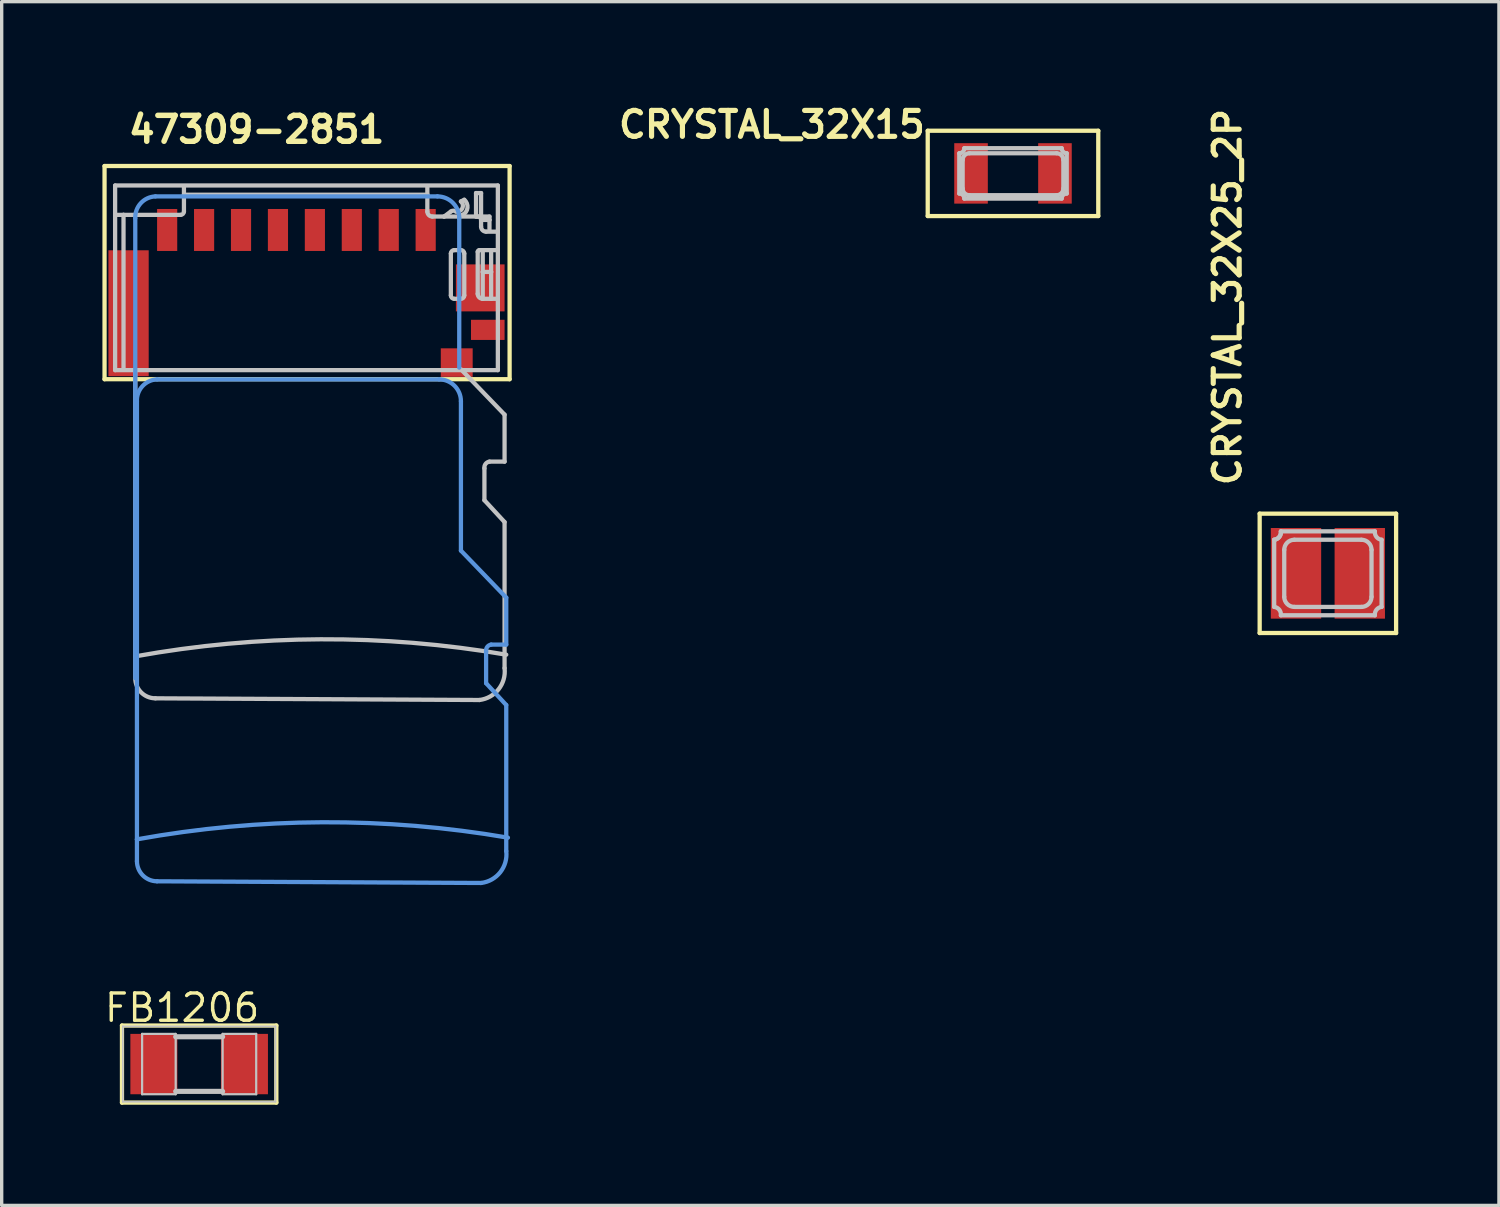
<source format=kicad_pcb>
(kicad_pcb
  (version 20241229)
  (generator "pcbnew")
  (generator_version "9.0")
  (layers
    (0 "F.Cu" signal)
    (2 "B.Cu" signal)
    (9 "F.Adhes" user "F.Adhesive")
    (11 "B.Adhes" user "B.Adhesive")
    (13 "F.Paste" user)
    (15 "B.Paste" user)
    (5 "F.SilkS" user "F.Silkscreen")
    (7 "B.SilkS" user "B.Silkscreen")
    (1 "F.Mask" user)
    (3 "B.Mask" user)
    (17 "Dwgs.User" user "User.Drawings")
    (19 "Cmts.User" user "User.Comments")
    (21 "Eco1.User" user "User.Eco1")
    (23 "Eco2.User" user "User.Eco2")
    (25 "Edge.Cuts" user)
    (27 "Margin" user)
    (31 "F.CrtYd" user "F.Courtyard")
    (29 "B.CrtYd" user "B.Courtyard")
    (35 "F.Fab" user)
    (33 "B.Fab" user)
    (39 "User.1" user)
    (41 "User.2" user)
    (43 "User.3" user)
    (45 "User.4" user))
  (footprint "47309-2851"
    (layer "F.Cu")
    (at 5.779 3.8)
    (property "Reference" "47309-2851" (at -5.08 -2.54 0) (layer "F.SilkS") (effects (font (size 0.772 0.772) (thickness 0.163)) (justify left bottom)))
    (attr through_hole)
    (fp_line (start -5.715 -1.905) (end 6.35 -1.905) (stroke (width 0.127) (type solid)) (layer "F.SilkS"))
    (fp_line (start -5.715 4.445) (end -5.715 -1.905) (stroke (width 0.127) (type solid)) (layer "F.SilkS"))
    (fp_line (start 6.35 -1.905) (end 6.35 4.445) (stroke (width 0.127) (type solid)) (layer "F.SilkS"))
    (fp_line (start 6.35 4.445) (end -5.715 4.445) (stroke (width 0.127) (type solid)) (layer "F.SilkS"))
    (fp_line (start -5.4 -1.325) (end 6 -1.325) (stroke (width 0.127) (type solid)) (layer "Dwgs.User"))
    (fp_line (start -5.4 4.175) (end -5.4 -1.325) (stroke (width 0.127) (type solid)) (layer "Dwgs.User"))
    (fp_line (start -5.15 -0.45) (end -5.35 -0.45) (stroke (width 0.127) (type solid)) (layer "Dwgs.User"))
    (fp_line (start -5.15 -0.45) (end -5.15 4.15) (stroke (width 0.127) (type solid)) (layer "Dwgs.User"))
    (fp_line (start -4.8 13.3) (end -4.8 4.15) (stroke (width 0.127) (type solid)) (layer "Dwgs.User"))
    (fp_line (start -4.2 13.95) (end 5.45 14) (stroke (width 0.127) (type solid)) (layer "Dwgs.User"))
    (fp_line (start -3.45 -0.45) (end -5.15 -0.45) (stroke (width 0.127) (type solid)) (layer "Dwgs.User"))
    (fp_line (start -3.35 -1.3) (end -3.35 -1.05) (stroke (width 0.127) (type solid)) (layer "Dwgs.User"))
    (fp_line (start -3.35 -1.05) (end -3.35 -0.55) (stroke (width 0.127) (type solid)) (layer "Dwgs.User"))
    (fp_line (start 3.9 -1.3) (end 3.9 -1.05) (stroke (width 0.127) (type solid)) (layer "Dwgs.User"))
    (fp_line (start 3.9 -1.05) (end -3.35 -1.05) (stroke (width 0.127) (type solid)) (layer "Dwgs.User"))
    (fp_line (start 3.9 -1.05) (end 3.9 -0.55) (stroke (width 0.127) (type solid)) (layer "Dwgs.User"))
    (fp_line (start 4.05 -0.4) (end 4.4 -0.4) (stroke (width 0.127) (type solid)) (layer "Dwgs.User"))
    (fp_line (start 4.4 -0.4) (end 4.6 -0.55) (stroke (width 0.127) (type solid)) (layer "Dwgs.User"))
    (fp_line (start 4.4 -0.4) (end 4.85 -0.4) (stroke (width 0.127) (type solid)) (layer "Dwgs.User"))
    (fp_line (start 4.6 0.7) (end 4.6 1.95) (stroke (width 0.127) (type solid)) (layer "Dwgs.User"))
    (fp_line (start 4.7 2.05) (end 4.9 2.05) (stroke (width 0.127) (type solid)) (layer "Dwgs.User"))
    (fp_line (start 4.85 -0.4) (end 4.95 -0.45) (stroke (width 0.127) (type solid)) (layer "Dwgs.User"))
    (fp_line (start 4.85 -0.4) (end 5.35 -0.4) (stroke (width 0.127) (type solid)) (layer "Dwgs.User"))
    (fp_line (start 4.9 -0.85) (end 5 -0.9) (stroke (width 0.127) (type solid)) (layer "Dwgs.User"))
    (fp_line (start 4.9 0.6) (end 4.7 0.6) (stroke (width 0.127) (type solid)) (layer "Dwgs.User"))
    (fp_line (start 5 1.95) (end 5 0.7) (stroke (width 0.127) (type solid)) (layer "Dwgs.User"))
    (fp_line (start 5.35 -1.1) (end 5.5 -1.1) (stroke (width 0.127) (type solid)) (layer "Dwgs.User"))
    (fp_line (start 5.35 -0.4) (end 5.35 -1.1) (stroke (width 0.127) (type solid)) (layer "Dwgs.User"))
    (fp_line (start 5.35 -0.4) (end 5.4 -0.4) (stroke (width 0.127) (type solid)) (layer "Dwgs.User"))
    (fp_line (start 5.4 -0.4) (end 5.75 -0.4) (stroke (width 0.127) (type solid)) (layer "Dwgs.User"))
    (fp_line (start 5.4 0.65) (end 5.4 1.9) (stroke (width 0.127) (type solid)) (layer "Dwgs.User"))
    (fp_line (start 5.5 -1.1) (end 5.5 -0.45) (stroke (width 0.127) (type solid)) (layer "Dwgs.User"))
    (fp_line (start 5.5 -0.3) (end 5.5 -0.1) (stroke (width 0.127) (type solid)) (layer "Dwgs.User"))
    (fp_line (start 5.55 0.6) (end 5.45 0.6) (stroke (width 0.127) (type solid)) (layer "Dwgs.User"))
    (fp_line (start 5.55 0.6) (end 5.55 1.25) (stroke (width 0.127) (type solid)) (layer "Dwgs.User"))
    (fp_line (start 5.55 1.25) (end 5.55 2.05) (stroke (width 0.127) (type solid)) (layer "Dwgs.User"))
    (fp_line (start 5.55 2.05) (end 5.8 2.05) (stroke (width 0.127) (type solid)) (layer "Dwgs.User"))
    (fp_line (start 5.6 8.05) (end 5.6 7.1) (stroke (width 0.127) (type solid)) (layer "Dwgs.User"))
    (fp_line (start 5.65 0.05) (end 6 0.05) (stroke (width 0.127) (type solid)) (layer "Dwgs.User"))
    (fp_line (start 5.75 -0.4) (end 5.75 -0.3) (stroke (width 0.127) (type solid)) (layer "Dwgs.User"))
    (fp_line (start 5.75 -0.3) (end 5.5 -0.3) (stroke (width 0.127) (type solid)) (layer "Dwgs.User"))
    (fp_line (start 5.75 -0.3) (end 5.75 0) (stroke (width 0.127) (type solid)) (layer "Dwgs.User"))
    (fp_line (start 5.8 0.6) (end 5.55 0.6) (stroke (width 0.127) (type solid)) (layer "Dwgs.User"))
    (fp_line (start 5.8 0.6) (end 5.8 1.25) (stroke (width 0.127) (type solid)) (layer "Dwgs.User"))
    (fp_line (start 5.8 1.25) (end 5.55 1.25) (stroke (width 0.127) (type solid)) (layer "Dwgs.User"))
    (fp_line (start 5.8 1.25) (end 5.8 2.05) (stroke (width 0.127) (type solid)) (layer "Dwgs.User"))
    (fp_line (start 5.8 2.05) (end 6 2.05) (stroke (width 0.127) (type solid)) (layer "Dwgs.User"))
    (fp_line (start 6 -1.325) (end 6 0.05) (stroke (width 0.127) (type solid)) (layer "Dwgs.User"))
    (fp_line (start 6 0.05) (end 6 0.6) (stroke (width 0.127) (type solid)) (layer "Dwgs.User"))
    (fp_line (start 6 0.6) (end 5.8 0.6) (stroke (width 0.127) (type solid)) (layer "Dwgs.User"))
    (fp_line (start 6 0.6) (end 6 2.05) (stroke (width 0.127) (type solid)) (layer "Dwgs.User"))
    (fp_line (start 6 2.05) (end 6 4.175) (stroke (width 0.127) (type solid)) (layer "Dwgs.User"))
    (fp_line (start 6 4.175) (end -5.4 4.175) (stroke (width 0.127) (type solid)) (layer "Dwgs.User"))
    (fp_line (start 6.2 5.5) (end 4.9 4.15) (stroke (width 0.127) (type solid)) (layer "Dwgs.User"))
    (fp_line (start 6.2 6.9) (end 5.75 6.9) (stroke (width 0.127) (type solid)) (layer "Dwgs.User"))
    (fp_line (start 6.2 6.9) (end 6.2 5.5) (stroke (width 0.127) (type solid)) (layer "Dwgs.User"))
    (fp_line (start 6.2 8.7) (end 5.6 8.05) (stroke (width 0.127) (type solid)) (layer "Dwgs.User"))
    (fp_line (start 6.2 13.05) (end 6.2 8.7) (stroke (width 0.127) (type solid)) (layer "Dwgs.User"))
    (fp_arc (start -4.8 12.7) (mid 0.722813 12.191625) (end 6.25 12.65) (stroke (width 0.127) (type solid)) (layer "Dwgs.User"))
    (fp_arc (start -4.2 13.95) (mid -4.624264 13.774264) (end -4.8 13.35) (stroke (width 0.127) (type solid)) (layer "Dwgs.User"))
    (fp_arc (start -3.35 -0.55) (mid -3.379289 -0.479289) (end -3.45 -0.45) (stroke (width 0.127) (type solid)) (layer "Dwgs.User"))
    (fp_arc (start 4.05 -0.4) (mid 3.943934 -0.443934) (end 3.9 -0.55) (stroke (width 0.127) (type solid)) (layer "Dwgs.User"))
    (fp_arc (start 4.6 -0.55) (mid 4.675001 -0.575) (end 4.750001 -0.549999) (stroke (width 0.127) (type solid)) (layer "Dwgs.User"))
    (fp_arc (start 4.6 0.7) (mid 4.629289 0.629289) (end 4.7 0.6) (stroke (width 0.127) (type solid)) (layer "Dwgs.User"))
    (fp_arc (start 4.7 2.05) (mid 4.629289 2.020711) (end 4.6 1.95) (stroke (width 0.127) (type solid)) (layer "Dwgs.User"))
    (fp_arc (start 4.899999 -0.85) (mid 4.940099 -0.642451) (end 4.75 -0.55) (stroke (width 0.127) (type solid)) (layer "Dwgs.User"))
    (fp_arc (start 4.9 0.6) (mid 4.970711 0.629289) (end 5 0.7) (stroke (width 0.127) (type solid)) (layer "Dwgs.User"))
    (fp_arc (start 4.999998 -0.9) (mid 5.095415 -0.661621) (end 4.95 -0.45) (stroke (width 0.127) (type solid)) (layer "Dwgs.User"))
    (fp_arc (start 5 1.95) (mid 4.970711 2.020711) (end 4.9 2.05) (stroke (width 0.127) (type solid)) (layer "Dwgs.User"))
    (fp_arc (start 5.4 -0.4) (mid 5.470711 -0.370711) (end 5.5 -0.3) (stroke (width 0.127) (type solid)) (layer "Dwgs.User"))
    (fp_arc (start 5.4 0.65) (mid 5.414645 0.614645) (end 5.45 0.6) (stroke (width 0.127) (type solid)) (layer "Dwgs.User"))
    (fp_arc (start 5.55 2.05) (mid 5.443934 2.006066) (end 5.4 1.9) (stroke (width 0.127) (type solid)) (layer "Dwgs.User"))
    (fp_arc (start 5.6 7.1) (mid 5.633579 6.968934) (end 5.75 6.9) (stroke (width 0.127) (type solid)) (layer "Dwgs.User"))
    (fp_arc (start 5.65 0.05) (mid 5.543934 0.006066) (end 5.5 -0.1) (stroke (width 0.127) (type solid)) (layer "Dwgs.User"))
    (fp_arc (start 6.2 13.05) (mid 6.021751 13.68033) (end 5.45 14) (stroke (width 0.127) (type solid)) (layer "Dwgs.User"))
    (fp_line (start -4.8 -0.35) (end -4.8 13.35) (stroke (width 0.127) (type solid)) (layer "Cmts.User"))
    (fp_line (start -4.75 5.1) (end -4.75 18.15) (stroke (width 0.127) (type solid)) (layer "Cmts.User"))
    (fp_line (start -4.75 18.15) (end -4.75 18.8) (stroke (width 0.127) (type solid)) (layer "Cmts.User"))
    (fp_line (start -4.15 19.4) (end 5.5 19.45) (stroke (width 0.127) (type solid)) (layer "Cmts.User"))
    (fp_line (start 4.2 -1) (end -4.2 -1) (stroke (width 0.127) (type solid)) (layer "Cmts.User"))
    (fp_line (start 4.25 4.45) (end -4.15 4.45) (stroke (width 0.127) (type solid)) (layer "Cmts.User"))
    (fp_line (start 4.85 4.1) (end 4.85 -0.35) (stroke (width 0.127) (type solid)) (layer "Cmts.User"))
    (fp_line (start 4.9 9.55) (end 4.9 5.1) (stroke (width 0.127) (type solid)) (layer "Cmts.User"))
    (fp_line (start 5.65 13.5) (end 5.65 12.55) (stroke (width 0.127) (type solid)) (layer "Cmts.User"))
    (fp_line (start 6.25 10.95) (end 4.9 9.55) (stroke (width 0.127) (type solid)) (layer "Cmts.User"))
    (fp_line (start 6.25 12.35) (end 5.8 12.35) (stroke (width 0.127) (type solid)) (layer "Cmts.User"))
    (fp_line (start 6.25 12.35) (end 6.25 10.95) (stroke (width 0.127) (type solid)) (layer "Cmts.User"))
    (fp_line (start 6.25 14.15) (end 5.65 13.5) (stroke (width 0.127) (type solid)) (layer "Cmts.User"))
    (fp_line (start 6.25 18.5) (end 6.25 14.15) (stroke (width 0.127) (type solid)) (layer "Cmts.User"))
    (fp_arc (start -4.800001 -0.349999) (mid -4.63462 -0.799264) (end -4.2 -1) (stroke (width 0.127) (type solid)) (layer "Cmts.User"))
    (fp_arc (start -4.75 5.1) (mid -4.584619 4.650736) (end -4.15 4.45) (stroke (width 0.127) (type solid)) (layer "Cmts.User"))
    (fp_arc (start -4.75 18.15) (mid 0.772813 17.641625) (end 6.3 18.1) (stroke (width 0.127) (type solid)) (layer "Cmts.User"))
    (fp_arc (start -4.15 19.4) (mid -4.574264 19.224264) (end -4.75 18.8) (stroke (width 0.127) (type solid)) (layer "Cmts.User"))
    (fp_arc (start 4.199999 -0.999999) (mid 4.659619 -0.809619) (end 4.85 -0.35) (stroke (width 0.127) (type solid)) (layer "Cmts.User"))
    (fp_arc (start 4.25 4.45) (mid 4.709619 4.640381) (end 4.9 5.1) (stroke (width 0.127) (type solid)) (layer "Cmts.User"))
    (fp_arc (start 5.65 12.55) (mid 5.683579 12.418934) (end 5.8 12.35) (stroke (width 0.127) (type solid)) (layer "Cmts.User"))
    (fp_arc (start 6.25 18.5) (mid 6.071751 19.13033) (end 5.5 19.45) (stroke (width 0.127) (type solid)) (layer "Cmts.User"))
    (pad "G1" smd rect (at -5 2.48 90) (size 3.75 1.2) (layers "F.Cu" "F.Mask" "F.Paste"))
    (pad "G2" smd rect (at 5.475 1.725 180) (size 1.45 1.4) (layers "F.Cu" "F.Mask" "F.Paste"))
    (pad "G3" smd rect (at 5.7 2.975 180) (size 1 0.6) (layers "F.Cu" "F.Mask" "F.Paste"))
    (pad "G4" smd rect (at 4.775 3.95) (size 0.95 0.85) (layers "F.Cu" "F.Mask" "F.Paste"))
    (pad "P1" smd rect (at 3.85 0 90) (size 1.25 0.6) (layers "F.Cu" "F.Mask" "F.Paste"))
    (pad "P2" smd rect (at 2.75 0 90) (size 1.25 0.6) (layers "F.Cu" "F.Mask" "F.Paste"))
    (pad "P3" smd rect (at 1.65 0 90) (size 1.25 0.6) (layers "F.Cu" "F.Mask" "F.Paste"))
    (pad "P4" smd rect (at 0.55 0 90) (size 1.25 0.6) (layers "F.Cu" "F.Mask" "F.Paste"))
    (pad "P5" smd rect (at -0.55 0 90) (size 1.25 0.6) (layers "F.Cu" "F.Mask" "F.Paste"))
    (pad "P6" smd rect (at -1.65 0 90) (size 1.25 0.6) (layers "F.Cu" "F.Mask" "F.Paste"))
    (pad "P7" smd rect (at -2.75 0 90) (size 1.25 0.6) (layers "F.Cu" "F.Mask" "F.Paste"))
    (pad "P8" smd rect (at -3.85 0 90) (size 1.25 0.6) (layers "F.Cu" "F.Mask" "F.Paste")))
  (footprint "CRYSTAL_32X15"
    (layer "F.Cu")
    (at 27.123 2.115)
    (property "Reference" "CRYSTAL_32X15" (at -2.54 -1.905 0) (layer "F.SilkS") (effects (font (size 0.772 0.772) (thickness 0.154)) (justify right top)))
    (attr through_hole)
    (fp_line (start -2.54 -1.27) (end 2.54 -1.27) (stroke (width 0.127) (type solid)) (layer "F.SilkS"))
    (fp_line (start -2.54 1.27) (end -2.54 -1.27) (stroke (width 0.127) (type solid)) (layer "F.SilkS"))
    (fp_line (start 2.54 -1.27) (end 2.54 1.27) (stroke (width 0.127) (type solid)) (layer "F.SilkS"))
    (fp_line (start 2.54 1.27) (end -2.54 1.27) (stroke (width 0.127) (type solid)) (layer "F.SilkS"))
    (fp_line (start -1.6 0.6) (end -1.6 -0.6) (stroke (width 0.127) (type solid)) (layer "Dwgs.User"))
    (fp_line (start -1.5 0.45) (end -1.5 -0.4) (stroke (width 0.127) (type solid)) (layer "Dwgs.User"))
    (fp_line (start -1.45 -0.75) (end 1.45 -0.75) (stroke (width 0.127) (type solid)) (layer "Dwgs.User"))
    (fp_line (start -1.3 -0.6) (end 1.3 -0.6) (stroke (width 0.127) (type solid)) (layer "Dwgs.User"))
    (fp_line (start 1.3 0.65) (end -1.3 0.65) (stroke (width 0.127) (type solid)) (layer "Dwgs.User"))
    (fp_line (start 1.45 0.75) (end -1.45 0.75) (stroke (width 0.127) (type solid)) (layer "Dwgs.User"))
    (fp_line (start 1.5 -0.4) (end 1.5 0.45) (stroke (width 0.127) (type solid)) (layer "Dwgs.User"))
    (fp_line (start 1.6 -0.6) (end 1.6 0.6) (stroke (width 0.127) (type solid)) (layer "Dwgs.User"))
    (fp_arc (start -1.6 0.6) (mid -1.493934 0.643934) (end -1.45 0.75) (stroke (width 0.127) (type solid)) (layer "Dwgs.User"))
    (fp_arc (start -1.5 -0.4) (mid -1.441421 -0.541421) (end -1.3 -0.6) (stroke (width 0.127) (type solid)) (layer "Dwgs.User"))
    (fp_arc (start -1.45 -0.75) (mid -1.493934 -0.643934) (end -1.6 -0.6) (stroke (width 0.127) (type solid)) (layer "Dwgs.User"))
    (fp_arc (start -1.3 0.65) (mid -1.441421 0.591421) (end -1.5 0.45) (stroke (width 0.127) (type solid)) (layer "Dwgs.User"))
    (fp_arc (start 1.3 -0.6) (mid 1.441421 -0.541421) (end 1.5 -0.4) (stroke (width 0.127) (type solid)) (layer "Dwgs.User"))
    (fp_arc (start 1.45 0.75) (mid 1.493934 0.643934) (end 1.6 0.6) (stroke (width 0.127) (type solid)) (layer "Dwgs.User"))
    (fp_arc (start 1.5 0.45) (mid 1.441421 0.591421) (end 1.3 0.65) (stroke (width 0.127) (type solid)) (layer "Dwgs.User"))
    (fp_arc (start 1.6 -0.6) (mid 1.493934 -0.643934) (end 1.45 -0.75) (stroke (width 0.127) (type solid)) (layer "Dwgs.User"))
    (pad "1" smd rect (at -1.25 0 90) (size 1.8 1) (layers "F.Cu" "F.Mask" "F.Paste"))
    (pad "2" smd rect (at 1.25 0 90) (size 1.8 1) (layers "F.Cu" "F.Mask" "F.Paste")))
  (footprint "FB1206"
    (layer "F.Cu")
    (at 2.882 28.644)
    (property "Reference" "FB1206" (at -0.508 -1.676 0) (layer "F.SilkS") (effects (font (size 0.813 0.813) (thickness 0.102))))
    (attr smd)
    (fp_line (start -2.299 -1.148) (end -2.299 1.148) (stroke (width 0.127) (type solid)) (layer "F.SilkS"))
    (fp_line (start -2.299 1.148) (end 2.299 1.148) (stroke (width 0.127) (type solid)) (layer "F.SilkS"))
    (fp_line (start 2.299 -1.148) (end -2.299 -1.148) (stroke (width 0.127) (type solid)) (layer "F.SilkS"))
    (fp_line (start 2.299 1.148) (end 2.299 -1.148) (stroke (width 0.127) (type solid)) (layer "F.SilkS"))
    (fp_line (start -2.273 -1.123) (end -2.273 1.123) (stroke (width 0.051) (type solid)) (layer "Dwgs.User"))
    (fp_line (start -2.273 1.123) (end 2.273 1.123) (stroke (width 0.051) (type solid)) (layer "Dwgs.User"))
    (fp_line (start -1.699 -0.899) (end -0.699 -0.899) (stroke (width 0.066) (type solid)) (layer "Dwgs.User"))
    (fp_line (start -1.699 0.899) (end -1.699 -0.899) (stroke (width 0.066) (type solid)) (layer "Dwgs.User"))
    (fp_line (start -1.699 0.899) (end -0.699 0.899) (stroke (width 0.066) (type solid)) (layer "Dwgs.User"))
    (fp_line (start -0.699 0.899) (end -0.699 -0.899) (stroke (width 0.066) (type solid)) (layer "Dwgs.User"))
    (fp_line (start 0.699 -0.899) (end 1.699 -0.899) (stroke (width 0.066) (type solid)) (layer "Dwgs.User"))
    (fp_line (start 0.699 -0.813) (end -0.699 -0.813) (stroke (width 0.152) (type solid)) (layer "Dwgs.User"))
    (fp_line (start 0.699 0.813) (end -0.699 0.813) (stroke (width 0.152) (type solid)) (layer "Dwgs.User"))
    (fp_line (start 0.699 0.899) (end 0.699 -0.899) (stroke (width 0.066) (type solid)) (layer "Dwgs.User"))
    (fp_line (start 0.699 0.899) (end 1.699 0.899) (stroke (width 0.066) (type solid)) (layer "Dwgs.User"))
    (fp_line (start 1.699 0.899) (end 1.699 -0.899) (stroke (width 0.066) (type solid)) (layer "Dwgs.User"))
    (fp_line (start 2.273 -1.123) (end -2.273 -1.123) (stroke (width 0.051) (type solid)) (layer "Dwgs.User"))
    (fp_line (start 2.273 1.123) (end 2.273 -1.123) (stroke (width 0.051) (type solid)) (layer "Dwgs.User"))
    (pad "1" smd rect (at -1.349 0) (size 1.4 1.798) (layers "F.Cu" "F.Mask" "F.Paste"))
    (pad "2" smd rect (at 1.349 0) (size 1.4 1.798) (layers "F.Cu" "F.Mask" "F.Paste")))
  (footprint "CRYSTAL_32X25_2P"
    (layer "F.Cu")
    (at 36.502 14.027)
    (property "Reference" "CRYSTAL_32X25_2P" (at -2.54 -2.54 90) (layer "F.SilkS") (effects (font (size 0.772 0.772) (thickness 0.154)) (justify left bottom)))
    (attr through_hole)
    (fp_line (start -2.032 -1.778) (end 2.032 -1.778) (stroke (width 0.127) (type solid)) (layer "F.SilkS"))
    (fp_line (start -2.032 1.778) (end -2.032 -1.778) (stroke (width 0.127) (type solid)) (layer "F.SilkS"))
    (fp_line (start 2.032 -1.778) (end 2.032 1.778) (stroke (width 0.127) (type solid)) (layer "F.SilkS"))
    (fp_line (start 2.032 1.778) (end -2.032 1.778) (stroke (width 0.127) (type solid)) (layer "F.SilkS"))
    (fp_line (start -1.6 -1) (end -1.6 1) (stroke (width 0.127) (type solid)) (layer "Dwgs.User"))
    (fp_line (start -1.4 1.25) (end 1.4 1.25) (stroke (width 0.127) (type solid)) (layer "Dwgs.User"))
    (fp_line (start -1.3 -0.7) (end -1.3 0.7) (stroke (width 0.127) (type solid)) (layer "Dwgs.User"))
    (fp_line (start -1 1) (end 1 1) (stroke (width 0.127) (type solid)) (layer "Dwgs.User"))
    (fp_line (start 1 -1) (end -1 -1) (stroke (width 0.127) (type solid)) (layer "Dwgs.User"))
    (fp_line (start 1.3 0.7) (end 1.3 -0.7) (stroke (width 0.127) (type solid)) (layer "Dwgs.User"))
    (fp_line (start 1.4 -1.25) (end -1.4 -1.25) (stroke (width 0.127) (type solid)) (layer "Dwgs.User"))
    (fp_line (start 1.6 1) (end 1.6 -1) (stroke (width 0.127) (type solid)) (layer "Dwgs.User"))
    (fp_arc (start -1.6 1) (mid -1.448223 1.083579) (end -1.4 1.25) (stroke (width 0.127) (type solid)) (layer "Dwgs.User"))
    (fp_arc (start -1.4 -1.25) (mid -1.448223 -1.083579) (end -1.6 -1) (stroke (width 0.127) (type solid)) (layer "Dwgs.User"))
    (fp_arc (start -1.4 -1.25) (mid -1.448223 -1.083579) (end -1.6 -1) (stroke (width 0.127) (type solid)) (layer "Dwgs.User"))
    (fp_arc (start -1.3 -0.7) (mid -1.212132 -0.912132) (end -1 -1) (stroke (width 0.127) (type solid)) (layer "Dwgs.User"))
    (fp_arc (start -1 1) (mid -1.212132 0.912132) (end -1.3 0.7) (stroke (width 0.127) (type solid)) (layer "Dwgs.User"))
    (fp_arc (start 1 -1) (mid 1.212132 -0.912132) (end 1.3 -0.7) (stroke (width 0.127) (type solid)) (layer "Dwgs.User"))
    (fp_arc (start 1.3 0.7) (mid 1.212132 0.912132) (end 1 1) (stroke (width 0.127) (type solid)) (layer "Dwgs.User"))
    (fp_arc (start 1.4 1.25) (mid 1.448223 1.083579) (end 1.6 1) (stroke (width 0.127) (type solid)) (layer "Dwgs.User"))
    (fp_arc (start 1.6 -1) (mid 1.448223 -1.083579) (end 1.4 -1.25) (stroke (width 0.127) (type solid)) (layer "Dwgs.User"))
    (pad "1" smd rect (at -0.95 0) (size 1.5 2.7) (layers "F.Cu" "F.Mask" "F.Paste"))
    (pad "2" smd rect (at 0.95 0) (size 1.5 2.7) (layers "F.Cu" "F.Mask" "F.Paste")))
  (gr_rect
    (start -3 -3)
    (end 41.597 32.855)
    (stroke (width 0.1) (type default))
    (fill no)
    (layer "Edge.Cuts")))
</source>
